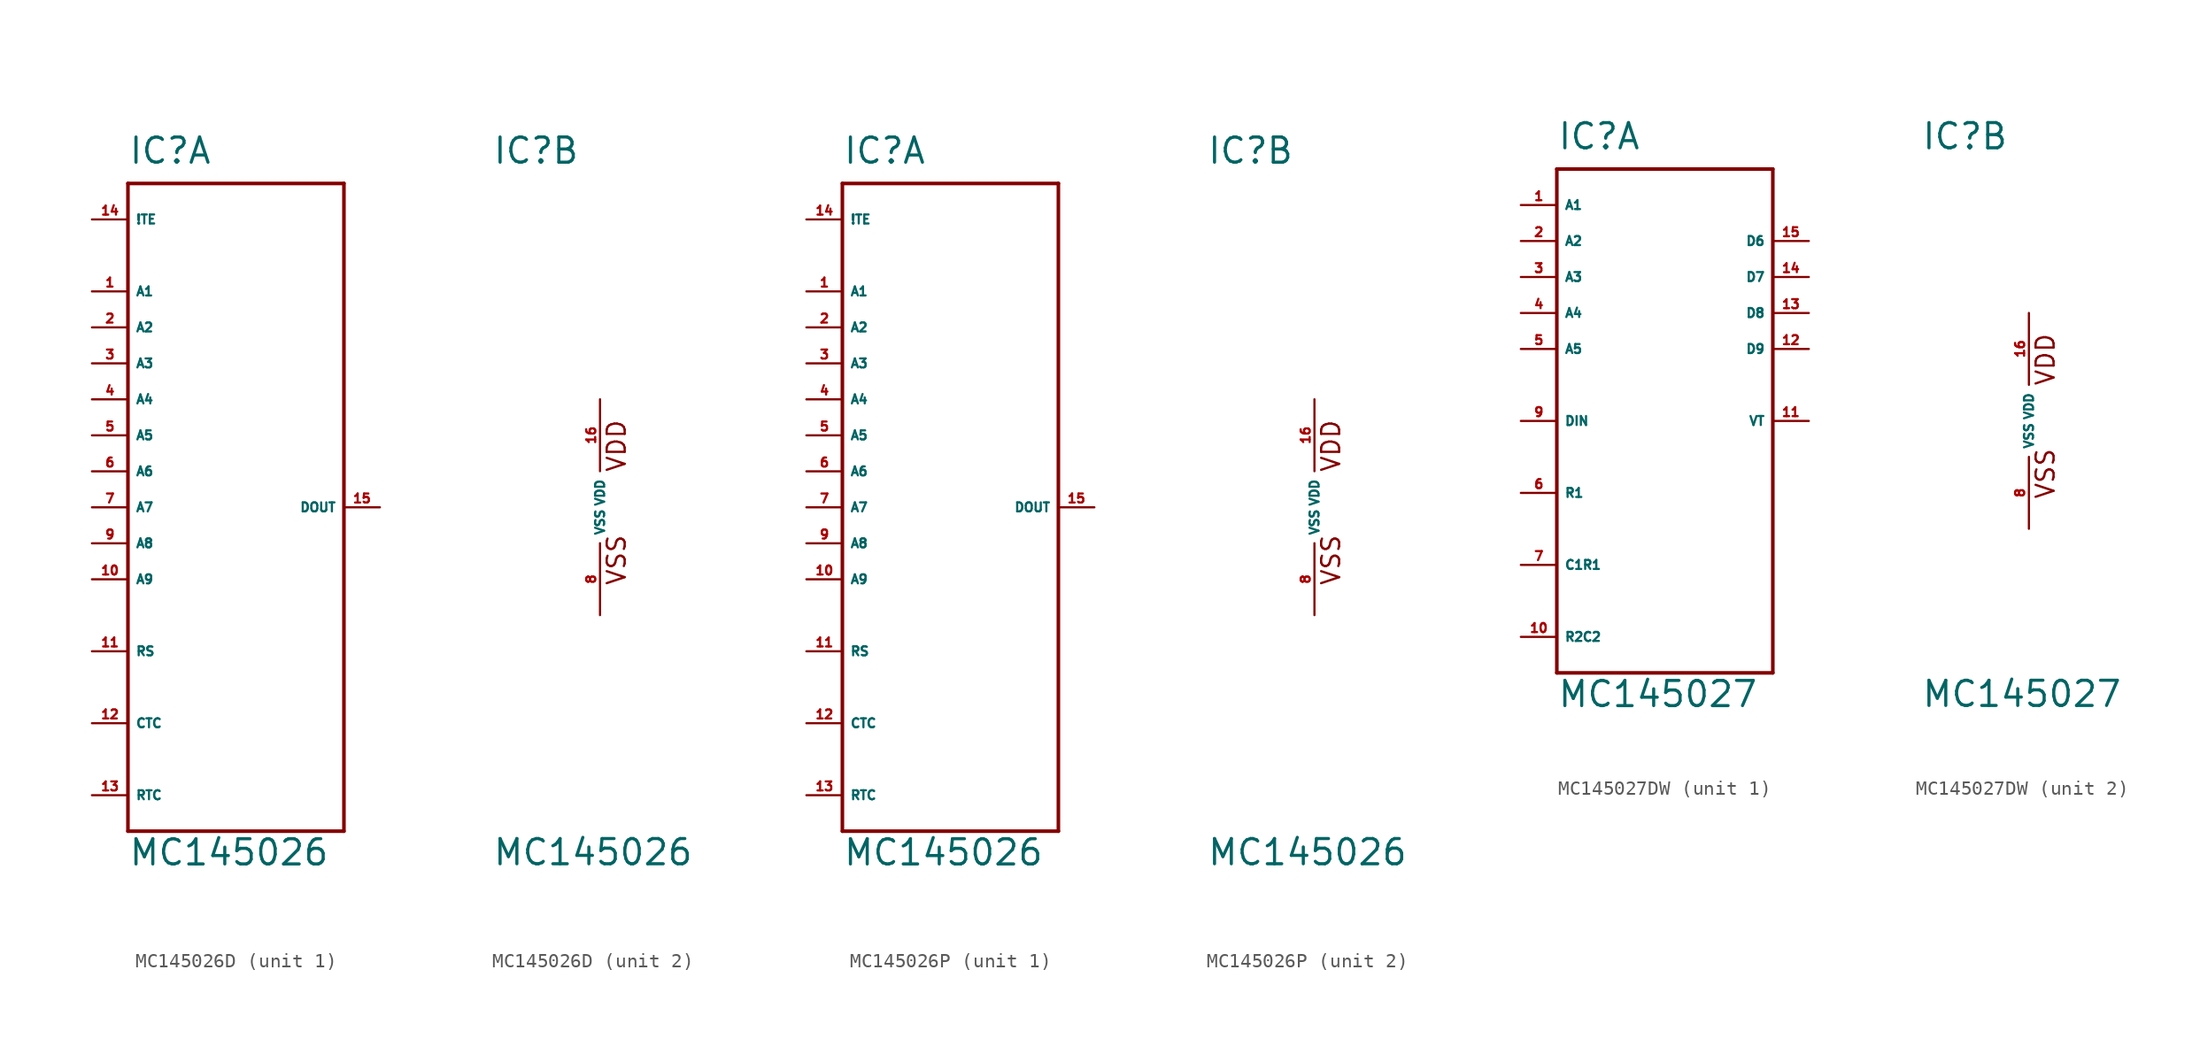
<source format=kicad_sym>
(kicad_symbol_lib
  (version 20220914)
  (generator Eagle2Kicad)
  (symbol "MC145026D"
    (property "Reference" "IC"
      (at -7.62 24.13 0)
      (effects (font (size 1.778 1.778) (thickness 0.22)) (justify left bottom)))
    (property "Value" "MC145026"
      (at -7.62 -25.4 0)
      (effects (font (size 1.778 1.778) (thickness 0.22)) (justify left bottom)))
    (symbol "MC145026D_1_0"
      (polyline (pts (xy -7.62 22.86) (xy 7.62 22.86)) (stroke (width 0.254) (type default)) (fill (type none)))
      (polyline (pts (xy 7.62 22.86) (xy 7.62 -22.86)) (stroke (width 0.254) (type default)) (fill (type none)))
      (polyline (pts (xy 7.62 -22.86) (xy -7.62 -22.86)) (stroke (width 0.254) (type default)) (fill (type none)))
      (polyline (pts (xy -7.62 -22.86) (xy -7.62 22.86)) (stroke (width 0.254) (type default)) (fill (type none)))
      (pin input line (at -10.16 15.24 0) (length 2.54) (name "A1" (effects (font (size 0.635 0.635) (thickness 0.08)) (justify left bottom))) (number "1" (effects (font (size 0.635 0.635) (thickness 0.08)) (justify left bottom))))
      (pin input line (at -10.16 12.7 0) (length 2.54) (name "A2" (effects (font (size 0.635 0.635) (thickness 0.08)) (justify left bottom))) (number "2" (effects (font (size 0.635 0.635) (thickness 0.08)) (justify left bottom))))
      (pin input line (at -10.16 10.16 0) (length 2.54) (name "A3" (effects (font (size 0.635 0.635) (thickness 0.08)) (justify left bottom))) (number "3" (effects (font (size 0.635 0.635) (thickness 0.08)) (justify left bottom))))
      (pin input line (at -10.16 7.62 0) (length 2.54) (name "A4" (effects (font (size 0.635 0.635) (thickness 0.08)) (justify left bottom))) (number "4" (effects (font (size 0.635 0.635) (thickness 0.08)) (justify left bottom))))
      (pin input line (at -10.16 5.08 0) (length 2.54) (name "A5" (effects (font (size 0.635 0.635) (thickness 0.08)) (justify left bottom))) (number "5" (effects (font (size 0.635 0.635) (thickness 0.08)) (justify left bottom))))
      (pin input line (at -10.16 20.32 0) (length 2.54) (name "!TE" (effects (font (size 0.635 0.635) (thickness 0.08)) (justify left bottom))) (number "14" (effects (font (size 0.635 0.635) (thickness 0.08)) (justify left bottom))))
      (pin passive line (at -10.16 -10.16 0) (length 2.54) (name "RS" (effects (font (size 0.635 0.635) (thickness 0.08)) (justify left bottom))) (number "11" (effects (font (size 0.635 0.635) (thickness 0.08)) (justify left bottom))))
      (pin passive line (at -10.16 -15.24 0) (length 2.54) (name "CTC" (effects (font (size 0.635 0.635) (thickness 0.08)) (justify left bottom))) (number "12" (effects (font (size 0.635 0.635) (thickness 0.08)) (justify left bottom))))
      (pin passive line (at -10.16 -20.32 0) (length 2.54) (name "RTC" (effects (font (size 0.635 0.635) (thickness 0.08)) (justify left bottom))) (number "13" (effects (font (size 0.635 0.635) (thickness 0.08)) (justify left bottom))))
      (pin input line (at -10.16 2.54 0) (length 2.54) (name "A6" (effects (font (size 0.635 0.635) (thickness 0.08)) (justify left bottom))) (number "6" (effects (font (size 0.635 0.635) (thickness 0.08)) (justify left bottom))))
      (pin input line (at -10.16 0 0) (length 2.54) (name "A7" (effects (font (size 0.635 0.635) (thickness 0.08)) (justify left bottom))) (number "7" (effects (font (size 0.635 0.635) (thickness 0.08)) (justify left bottom))))
      (pin input line (at -10.16 -2.54 0) (length 2.54) (name "A8" (effects (font (size 0.635 0.635) (thickness 0.08)) (justify left bottom))) (number "9" (effects (font (size 0.635 0.635) (thickness 0.08)) (justify left bottom))))
      (pin input line (at -10.16 -5.08 0) (length 2.54) (name "A9" (effects (font (size 0.635 0.635) (thickness 0.08)) (justify left bottom))) (number "10" (effects (font (size 0.635 0.635) (thickness 0.08)) (justify left bottom))))
      (pin input line (at 10.16 0 180) (length 2.54) (name "DOUT" (effects (font (size 0.635 0.635) (thickness 0.08)) (justify left bottom))) (number "15" (effects (font (size 0.635 0.635) (thickness 0.08)) (justify left bottom)))))
    (symbol "MC145026D_2_0"
      (text "VSS" (at 1.905 -5.588 900) (effects (font (size 1.27 1.27) (thickness 0.16)) (justify left bottom)))
      (text "VDD" (at 1.905 2.413 900) (effects (font (size 1.27 1.27) (thickness 0.16)) (justify left bottom)))
      (pin unspecified line (at 0 -7.62 90) (length 5.08) (name "VSS" (effects (font (size 0.635 0.635) (thickness 0.08)) (justify left bottom))) (number "8" (effects (font (size 0.635 0.635) (thickness 0.08)) (justify left bottom))))
      (pin unspecified line (at 0 7.62 270) (length 5.08) (name "VDD" (effects (font (size 0.635 0.635) (thickness 0.08)) (justify left bottom))) (number "16" (effects (font (size 0.635 0.635) (thickness 0.08)) (justify left bottom))))))
  (symbol "MC145026P"
    (property "Reference" "IC"
      (at -7.62 24.13 0)
      (effects (font (size 1.778 1.778) (thickness 0.22)) (justify left bottom)))
    (property "Value" "MC145026"
      (at -7.62 -25.4 0)
      (effects (font (size 1.778 1.778) (thickness 0.22)) (justify left bottom)))
    (symbol "MC145026P_1_0"
      (polyline (pts (xy -7.62 22.86) (xy 7.62 22.86)) (stroke (width 0.254) (type default)) (fill (type none)))
      (polyline (pts (xy 7.62 22.86) (xy 7.62 -22.86)) (stroke (width 0.254) (type default)) (fill (type none)))
      (polyline (pts (xy 7.62 -22.86) (xy -7.62 -22.86)) (stroke (width 0.254) (type default)) (fill (type none)))
      (polyline (pts (xy -7.62 -22.86) (xy -7.62 22.86)) (stroke (width 0.254) (type default)) (fill (type none)))
      (pin input line (at -10.16 15.24 0) (length 2.54) (name "A1" (effects (font (size 0.635 0.635) (thickness 0.08)) (justify left bottom))) (number "1" (effects (font (size 0.635 0.635) (thickness 0.08)) (justify left bottom))))
      (pin input line (at -10.16 12.7 0) (length 2.54) (name "A2" (effects (font (size 0.635 0.635) (thickness 0.08)) (justify left bottom))) (number "2" (effects (font (size 0.635 0.635) (thickness 0.08)) (justify left bottom))))
      (pin input line (at -10.16 10.16 0) (length 2.54) (name "A3" (effects (font (size 0.635 0.635) (thickness 0.08)) (justify left bottom))) (number "3" (effects (font (size 0.635 0.635) (thickness 0.08)) (justify left bottom))))
      (pin input line (at -10.16 7.62 0) (length 2.54) (name "A4" (effects (font (size 0.635 0.635) (thickness 0.08)) (justify left bottom))) (number "4" (effects (font (size 0.635 0.635) (thickness 0.08)) (justify left bottom))))
      (pin input line (at -10.16 5.08 0) (length 2.54) (name "A5" (effects (font (size 0.635 0.635) (thickness 0.08)) (justify left bottom))) (number "5" (effects (font (size 0.635 0.635) (thickness 0.08)) (justify left bottom))))
      (pin input line (at -10.16 20.32 0) (length 2.54) (name "!TE" (effects (font (size 0.635 0.635) (thickness 0.08)) (justify left bottom))) (number "14" (effects (font (size 0.635 0.635) (thickness 0.08)) (justify left bottom))))
      (pin passive line (at -10.16 -10.16 0) (length 2.54) (name "RS" (effects (font (size 0.635 0.635) (thickness 0.08)) (justify left bottom))) (number "11" (effects (font (size 0.635 0.635) (thickness 0.08)) (justify left bottom))))
      (pin passive line (at -10.16 -15.24 0) (length 2.54) (name "CTC" (effects (font (size 0.635 0.635) (thickness 0.08)) (justify left bottom))) (number "12" (effects (font (size 0.635 0.635) (thickness 0.08)) (justify left bottom))))
      (pin passive line (at -10.16 -20.32 0) (length 2.54) (name "RTC" (effects (font (size 0.635 0.635) (thickness 0.08)) (justify left bottom))) (number "13" (effects (font (size 0.635 0.635) (thickness 0.08)) (justify left bottom))))
      (pin input line (at -10.16 2.54 0) (length 2.54) (name "A6" (effects (font (size 0.635 0.635) (thickness 0.08)) (justify left bottom))) (number "6" (effects (font (size 0.635 0.635) (thickness 0.08)) (justify left bottom))))
      (pin input line (at -10.16 0 0) (length 2.54) (name "A7" (effects (font (size 0.635 0.635) (thickness 0.08)) (justify left bottom))) (number "7" (effects (font (size 0.635 0.635) (thickness 0.08)) (justify left bottom))))
      (pin input line (at -10.16 -2.54 0) (length 2.54) (name "A8" (effects (font (size 0.635 0.635) (thickness 0.08)) (justify left bottom))) (number "9" (effects (font (size 0.635 0.635) (thickness 0.08)) (justify left bottom))))
      (pin input line (at -10.16 -5.08 0) (length 2.54) (name "A9" (effects (font (size 0.635 0.635) (thickness 0.08)) (justify left bottom))) (number "10" (effects (font (size 0.635 0.635) (thickness 0.08)) (justify left bottom))))
      (pin input line (at 10.16 0 180) (length 2.54) (name "DOUT" (effects (font (size 0.635 0.635) (thickness 0.08)) (justify left bottom))) (number "15" (effects (font (size 0.635 0.635) (thickness 0.08)) (justify left bottom)))))
    (symbol "MC145026P_2_0"
      (text "VSS" (at 1.905 -5.588 900) (effects (font (size 1.27 1.27) (thickness 0.16)) (justify left bottom)))
      (text "VDD" (at 1.905 2.413 900) (effects (font (size 1.27 1.27) (thickness 0.16)) (justify left bottom)))
      (pin unspecified line (at 0 -7.62 90) (length 5.08) (name "VSS" (effects (font (size 0.635 0.635) (thickness 0.08)) (justify left bottom))) (number "8" (effects (font (size 0.635 0.635) (thickness 0.08)) (justify left bottom))))
      (pin unspecified line (at 0 7.62 270) (length 5.08) (name "VDD" (effects (font (size 0.635 0.635) (thickness 0.08)) (justify left bottom))) (number "16" (effects (font (size 0.635 0.635) (thickness 0.08)) (justify left bottom))))))
  (symbol "MC145027DW"
    (property "Reference" "IC"
      (at -7.62 19.05 0)
      (effects (font (size 1.778 1.778) (thickness 0.22)) (justify left bottom)))
    (property "Value" "MC145027"
      (at -7.62 -20.32 0)
      (effects (font (size 1.778 1.778) (thickness 0.22)) (justify left bottom)))
    (symbol "MC145027DW_1_0"
      (polyline (pts (xy -7.62 17.78) (xy 7.62 17.78)) (stroke (width 0.254) (type default)) (fill (type none)))
      (polyline (pts (xy 7.62 17.78) (xy 7.62 -17.78)) (stroke (width 0.254) (type default)) (fill (type none)))
      (polyline (pts (xy 7.62 -17.78) (xy -7.62 -17.78)) (stroke (width 0.254) (type default)) (fill (type none)))
      (polyline (pts (xy -7.62 -17.78) (xy -7.62 17.78)) (stroke (width 0.254) (type default)) (fill (type none)))
      (pin input line (at -10.16 15.24 0) (length 2.54) (name "A1" (effects (font (size 0.635 0.635) (thickness 0.08)) (justify left bottom))) (number "1" (effects (font (size 0.635 0.635) (thickness 0.08)) (justify left bottom))))
      (pin input line (at -10.16 12.7 0) (length 2.54) (name "A2" (effects (font (size 0.635 0.635) (thickness 0.08)) (justify left bottom))) (number "2" (effects (font (size 0.635 0.635) (thickness 0.08)) (justify left bottom))))
      (pin input line (at -10.16 10.16 0) (length 2.54) (name "A3" (effects (font (size 0.635 0.635) (thickness 0.08)) (justify left bottom))) (number "3" (effects (font (size 0.635 0.635) (thickness 0.08)) (justify left bottom))))
      (pin input line (at -10.16 7.62 0) (length 2.54) (name "A4" (effects (font (size 0.635 0.635) (thickness 0.08)) (justify left bottom))) (number "4" (effects (font (size 0.635 0.635) (thickness 0.08)) (justify left bottom))))
      (pin input line (at -10.16 5.08 0) (length 2.54) (name "A5" (effects (font (size 0.635 0.635) (thickness 0.08)) (justify left bottom))) (number "5" (effects (font (size 0.635 0.635) (thickness 0.08)) (justify left bottom))))
      (pin output line (at 10.16 12.7 180) (length 2.54) (name "D6" (effects (font (size 0.635 0.635) (thickness 0.08)) (justify left bottom))) (number "15" (effects (font (size 0.635 0.635) (thickness 0.08)) (justify left bottom))))
      (pin output line (at 10.16 10.16 180) (length 2.54) (name "D7" (effects (font (size 0.635 0.635) (thickness 0.08)) (justify left bottom))) (number "14" (effects (font (size 0.635 0.635) (thickness 0.08)) (justify left bottom))))
      (pin output line (at 10.16 7.62 180) (length 2.54) (name "D8" (effects (font (size 0.635 0.635) (thickness 0.08)) (justify left bottom))) (number "13" (effects (font (size 0.635 0.635) (thickness 0.08)) (justify left bottom))))
      (pin output line (at 10.16 5.08 180) (length 2.54) (name "D9" (effects (font (size 0.635 0.635) (thickness 0.08)) (justify left bottom))) (number "12" (effects (font (size 0.635 0.635) (thickness 0.08)) (justify left bottom))))
      (pin input line (at -10.16 0 0) (length 2.54) (name "DIN" (effects (font (size 0.635 0.635) (thickness 0.08)) (justify left bottom))) (number "9" (effects (font (size 0.635 0.635) (thickness 0.08)) (justify left bottom))))
      (pin output line (at 10.16 0 180) (length 2.54) (name "VT" (effects (font (size 0.635 0.635) (thickness 0.08)) (justify left bottom))) (number "11" (effects (font (size 0.635 0.635) (thickness 0.08)) (justify left bottom))))
      (pin passive line (at -10.16 -5.08 0) (length 2.54) (name "R1" (effects (font (size 0.635 0.635) (thickness 0.08)) (justify left bottom))) (number "6" (effects (font (size 0.635 0.635) (thickness 0.08)) (justify left bottom))))
      (pin passive line (at -10.16 -10.16 0) (length 2.54) (name "C1R1" (effects (font (size 0.635 0.635) (thickness 0.08)) (justify left bottom))) (number "7" (effects (font (size 0.635 0.635) (thickness 0.08)) (justify left bottom))))
      (pin passive line (at -10.16 -15.24 0) (length 2.54) (name "R2C2" (effects (font (size 0.635 0.635) (thickness 0.08)) (justify left bottom))) (number "10" (effects (font (size 0.635 0.635) (thickness 0.08)) (justify left bottom)))))
    (symbol "MC145027DW_2_0"
      (text "VSS" (at 1.905 -5.588 900) (effects (font (size 1.27 1.27) (thickness 0.16)) (justify left bottom)))
      (text "VDD" (at 1.905 2.413 900) (effects (font (size 1.27 1.27) (thickness 0.16)) (justify left bottom)))
      (pin unspecified line (at 0 -7.62 90) (length 5.08) (name "VSS" (effects (font (size 0.635 0.635) (thickness 0.08)) (justify left bottom))) (number "8" (effects (font (size 0.635 0.635) (thickness 0.08)) (justify left bottom))))
      (pin unspecified line (at 0 7.62 270) (length 5.08) (name "VDD" (effects (font (size 0.635 0.635) (thickness 0.08)) (justify left bottom))) (number "16" (effects (font (size 0.635 0.635) (thickness 0.08)) (justify left bottom)))))))
</source>
